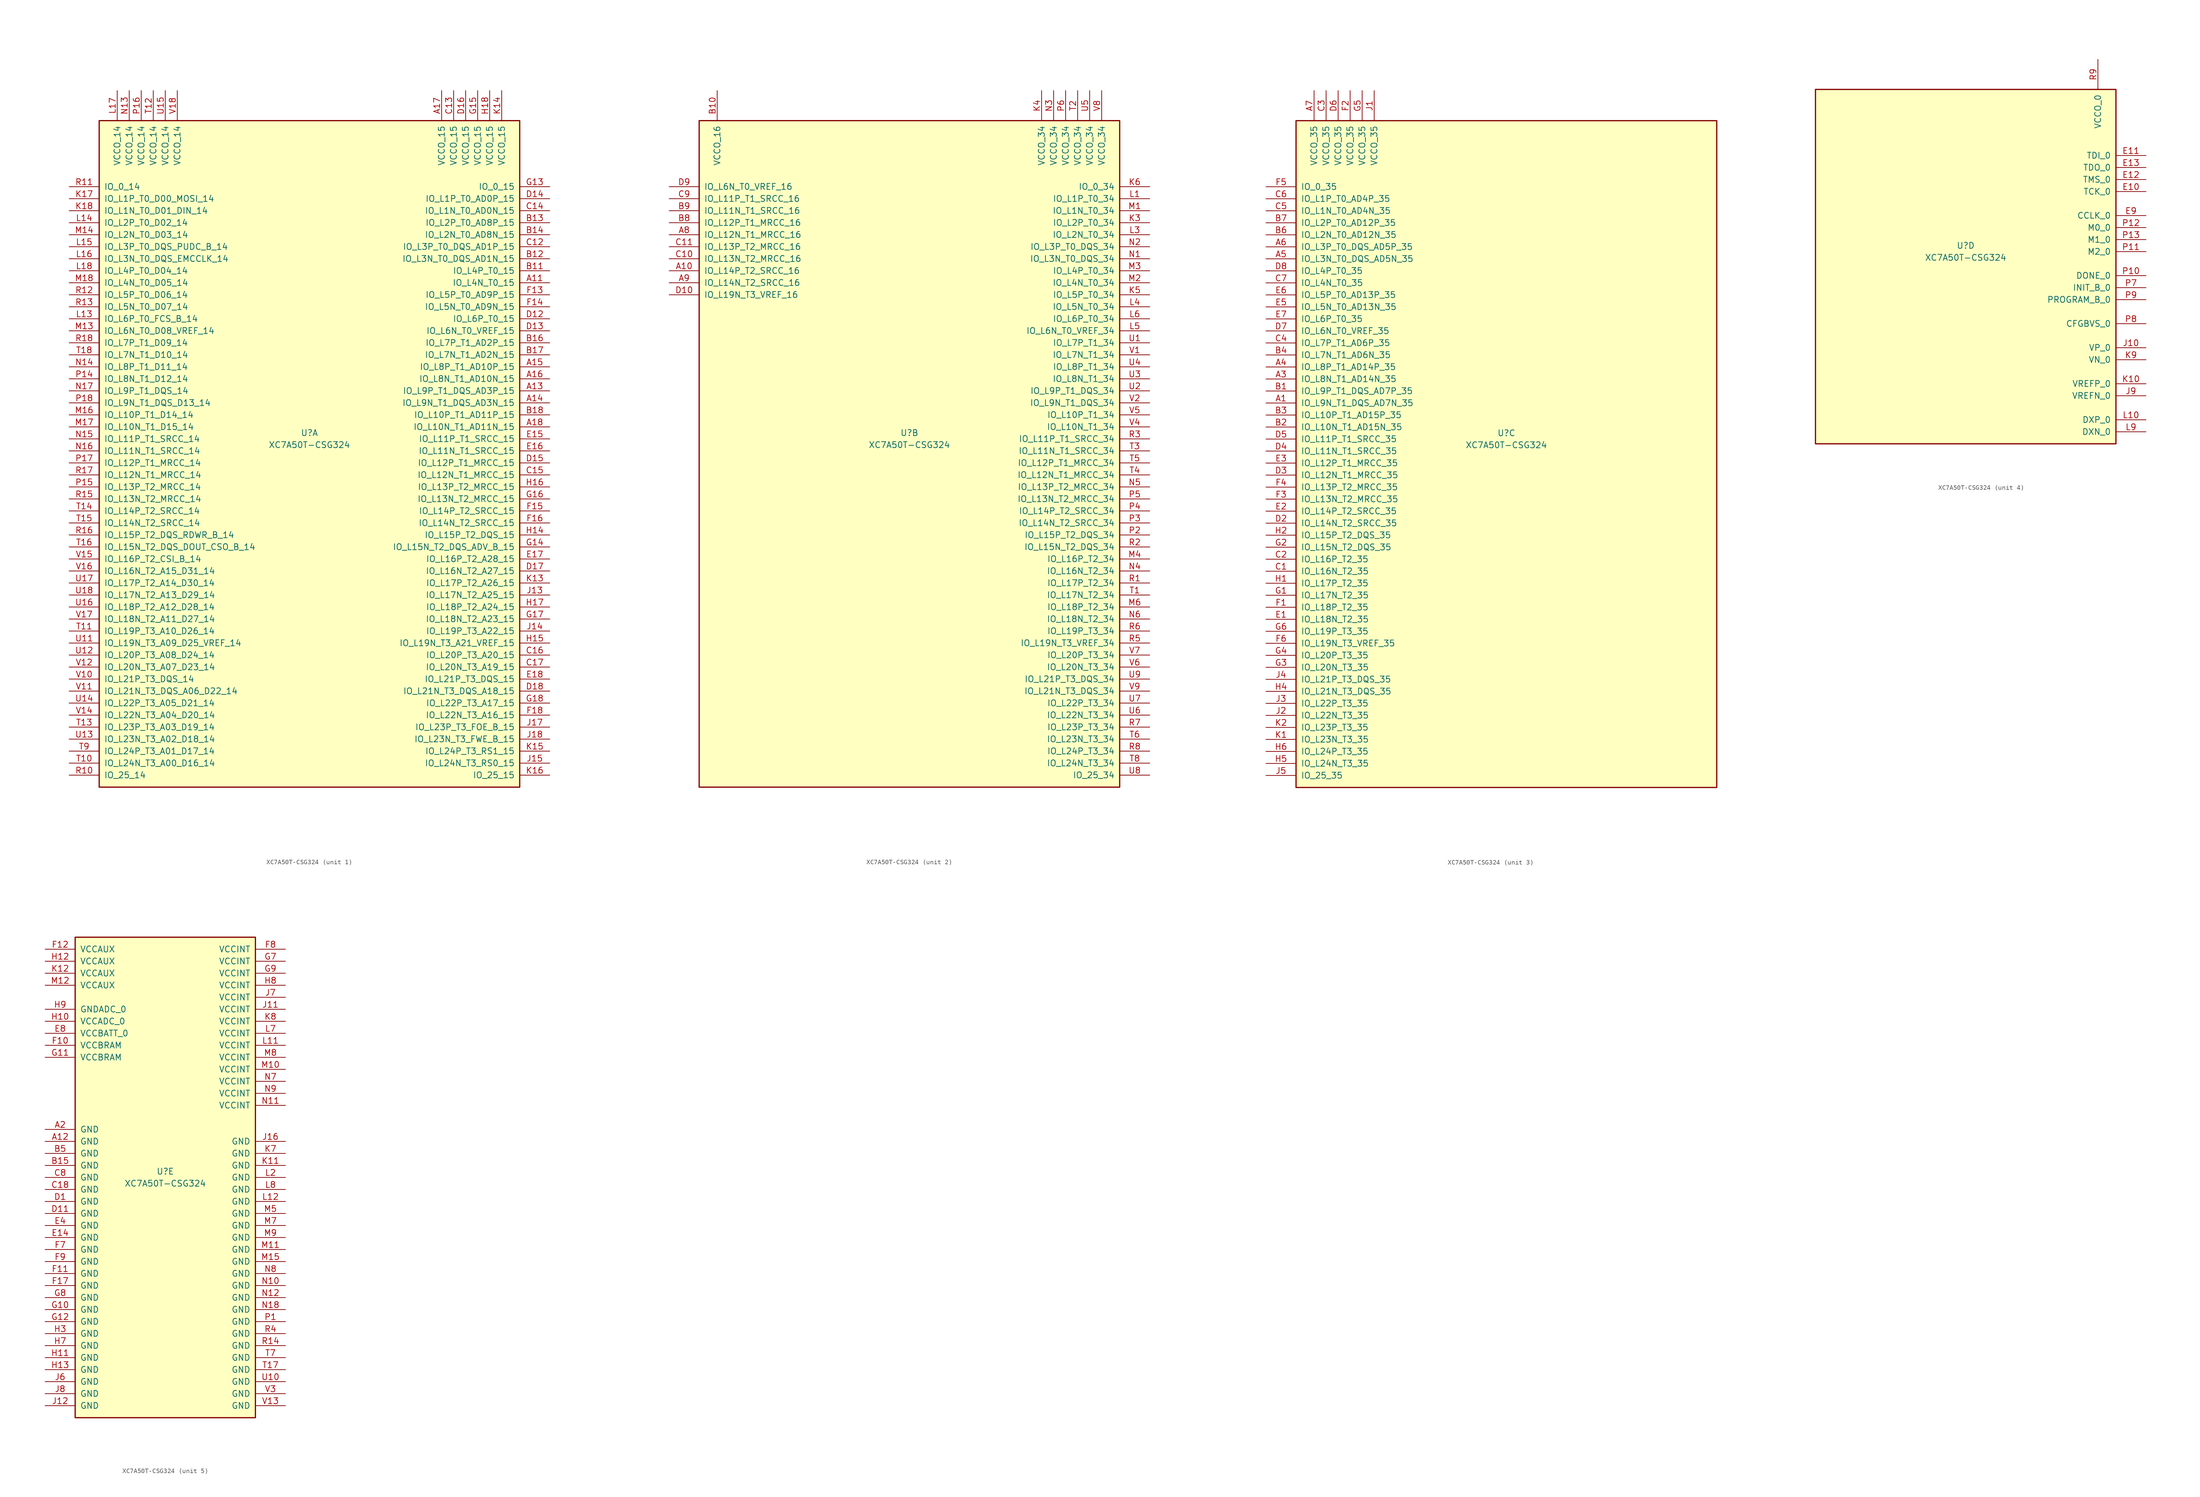
<source format=kicad_sym>
(kicad_symbol_lib
  (version 20201005)
  (generator kicad_symbol_editor)
  (symbol "FPGA_Xilinx_Artix7:XC7A50T-CSG324"
    (pin_names
      (offset 1.016))
    (property "Reference" "U"
      (at 0 1.27 0)
      (effects (font (size 1.27 1.27))))
    (property "Value" "XC7A50T-CSG324"
      (at 0 -1.27 0)
      (effects (font (size 1.27 1.27))))
    (property "Datasheet" ""
      (at 0 0 0)
      (effects (font (size 1.27 1.27))))
    (property "ki_locked" ""
      (at 0 0 0)
      (effects (font (size 1.27 1.27))))
    (symbol "XC7A50T-CSG324_1_1"
      (rectangle (start -44.45 67.31) (end 44.45 -73.66) (stroke (width 0.254)) (fill (type background)))
      (pin power_in line (at -40.64 73.66 270) (length 6.35) (name "VCCO_14" (effects (font (size 1.27 1.27)))) (number "L17" (effects (font (size 1.27 1.27)))))
      (pin power_in line (at -38.1 73.66 270) (length 6.35) (name "VCCO_14" (effects (font (size 1.27 1.27)))) (number "N13" (effects (font (size 1.27 1.27)))))
      (pin power_in line (at -35.56 73.66 270) (length 6.35) (name "VCCO_14" (effects (font (size 1.27 1.27)))) (number "P16" (effects (font (size 1.27 1.27)))))
      (pin power_in line (at -33.02 73.66 270) (length 6.35) (name "VCCO_14" (effects (font (size 1.27 1.27)))) (number "T12" (effects (font (size 1.27 1.27)))))
      (pin power_in line (at -30.48 73.66 270) (length 6.35) (name "VCCO_14" (effects (font (size 1.27 1.27)))) (number "U15" (effects (font (size 1.27 1.27)))))
      (pin power_in line (at -27.94 73.66 270) (length 6.35) (name "VCCO_14" (effects (font (size 1.27 1.27)))) (number "V18" (effects (font (size 1.27 1.27)))))
      (pin bidirectional line (at -50.8 53.34 0) (length 6.35) (name "IO_0_14" (effects (font (size 1.27 1.27)))) (number "R11" (effects (font (size 1.27 1.27)))))
      (pin bidirectional line (at -50.8 50.8 0) (length 6.35) (name "IO_L1P_T0_D00_MOSI_14" (effects (font (size 1.27 1.27)))) (number "K17" (effects (font (size 1.27 1.27)))))
      (pin bidirectional line (at -50.8 48.26 0) (length 6.35) (name "IO_L1N_T0_D01_DIN_14" (effects (font (size 1.27 1.27)))) (number "K18" (effects (font (size 1.27 1.27)))))
      (pin bidirectional line (at -50.8 45.72 0) (length 6.35) (name "IO_L2P_T0_D02_14" (effects (font (size 1.27 1.27)))) (number "L14" (effects (font (size 1.27 1.27)))))
      (pin bidirectional line (at -50.8 43.18 0) (length 6.35) (name "IO_L2N_T0_D03_14" (effects (font (size 1.27 1.27)))) (number "M14" (effects (font (size 1.27 1.27)))))
      (pin bidirectional line (at -50.8 40.64 0) (length 6.35) (name "IO_L3P_T0_DQS_PUDC_B_14" (effects (font (size 1.27 1.27)))) (number "L15" (effects (font (size 1.27 1.27)))))
      (pin bidirectional line (at -50.8 38.1 0) (length 6.35) (name "IO_L3N_T0_DQS_EMCCLK_14" (effects (font (size 1.27 1.27)))) (number "L16" (effects (font (size 1.27 1.27)))))
      (pin bidirectional line (at -50.8 35.56 0) (length 6.35) (name "IO_L4P_T0_D04_14" (effects (font (size 1.27 1.27)))) (number "L18" (effects (font (size 1.27 1.27)))))
      (pin bidirectional line (at -50.8 33.02 0) (length 6.35) (name "IO_L4N_T0_D05_14" (effects (font (size 1.27 1.27)))) (number "M18" (effects (font (size 1.27 1.27)))))
      (pin bidirectional line (at -50.8 30.48 0) (length 6.35) (name "IO_L5P_T0_D06_14" (effects (font (size 1.27 1.27)))) (number "R12" (effects (font (size 1.27 1.27)))))
      (pin bidirectional line (at -50.8 27.94 0) (length 6.35) (name "IO_L5N_T0_D07_14" (effects (font (size 1.27 1.27)))) (number "R13" (effects (font (size 1.27 1.27)))))
      (pin bidirectional line (at -50.8 25.4 0) (length 6.35) (name "IO_L6P_T0_FCS_B_14" (effects (font (size 1.27 1.27)))) (number "L13" (effects (font (size 1.27 1.27)))))
      (pin bidirectional line (at -50.8 22.86 0) (length 6.35) (name "IO_L6N_T0_D08_VREF_14" (effects (font (size 1.27 1.27)))) (number "M13" (effects (font (size 1.27 1.27)))))
      (pin bidirectional line (at -50.8 20.32 0) (length 6.35) (name "IO_L7P_T1_D09_14" (effects (font (size 1.27 1.27)))) (number "R18" (effects (font (size 1.27 1.27)))))
      (pin bidirectional line (at -50.8 17.78 0) (length 6.35) (name "IO_L7N_T1_D10_14" (effects (font (size 1.27 1.27)))) (number "T18" (effects (font (size 1.27 1.27)))))
      (pin bidirectional line (at -50.8 15.24 0) (length 6.35) (name "IO_L8P_T1_D11_14" (effects (font (size 1.27 1.27)))) (number "N14" (effects (font (size 1.27 1.27)))))
      (pin bidirectional line (at -50.8 12.7 0) (length 6.35) (name "IO_L8N_T1_D12_14" (effects (font (size 1.27 1.27)))) (number "P14" (effects (font (size 1.27 1.27)))))
      (pin bidirectional line (at -50.8 10.16 0) (length 6.35) (name "IO_L9P_T1_DQS_14" (effects (font (size 1.27 1.27)))) (number "N17" (effects (font (size 1.27 1.27)))))
      (pin bidirectional line (at -50.8 7.62 0) (length 6.35) (name "IO_L9N_T1_DQS_D13_14" (effects (font (size 1.27 1.27)))) (number "P18" (effects (font (size 1.27 1.27)))))
      (pin bidirectional line (at -50.8 5.08 0) (length 6.35) (name "IO_L10P_T1_D14_14" (effects (font (size 1.27 1.27)))) (number "M16" (effects (font (size 1.27 1.27)))))
      (pin bidirectional line (at -50.8 2.54 0) (length 6.35) (name "IO_L10N_T1_D15_14" (effects (font (size 1.27 1.27)))) (number "M17" (effects (font (size 1.27 1.27)))))
      (pin bidirectional line (at -50.8 0 0) (length 6.35) (name "IO_L11P_T1_SRCC_14" (effects (font (size 1.27 1.27)))) (number "N15" (effects (font (size 1.27 1.27)))))
      (pin bidirectional line (at -50.8 -2.54 0) (length 6.35) (name "IO_L11N_T1_SRCC_14" (effects (font (size 1.27 1.27)))) (number "N16" (effects (font (size 1.27 1.27)))))
      (pin bidirectional line (at -50.8 -5.08 0) (length 6.35) (name "IO_L12P_T1_MRCC_14" (effects (font (size 1.27 1.27)))) (number "P17" (effects (font (size 1.27 1.27)))))
      (pin bidirectional line (at -50.8 -7.62 0) (length 6.35) (name "IO_L12N_T1_MRCC_14" (effects (font (size 1.27 1.27)))) (number "R17" (effects (font (size 1.27 1.27)))))
      (pin bidirectional line (at -50.8 -10.16 0) (length 6.35) (name "IO_L13P_T2_MRCC_14" (effects (font (size 1.27 1.27)))) (number "P15" (effects (font (size 1.27 1.27)))))
      (pin bidirectional line (at -50.8 -12.7 0) (length 6.35) (name "IO_L13N_T2_MRCC_14" (effects (font (size 1.27 1.27)))) (number "R15" (effects (font (size 1.27 1.27)))))
      (pin bidirectional line (at -50.8 -15.24 0) (length 6.35) (name "IO_L14P_T2_SRCC_14" (effects (font (size 1.27 1.27)))) (number "T14" (effects (font (size 1.27 1.27)))))
      (pin bidirectional line (at -50.8 -17.78 0) (length 6.35) (name "IO_L14N_T2_SRCC_14" (effects (font (size 1.27 1.27)))) (number "T15" (effects (font (size 1.27 1.27)))))
      (pin bidirectional line (at -50.8 -20.32 0) (length 6.35) (name "IO_L15P_T2_DQS_RDWR_B_14" (effects (font (size 1.27 1.27)))) (number "R16" (effects (font (size 1.27 1.27)))))
      (pin bidirectional line (at -50.8 -22.86 0) (length 6.35) (name "IO_L15N_T2_DQS_DOUT_CSO_B_14" (effects (font (size 1.27 1.27)))) (number "T16" (effects (font (size 1.27 1.27)))))
      (pin bidirectional line (at -50.8 -25.4 0) (length 6.35) (name "IO_L16P_T2_CSI_B_14" (effects (font (size 1.27 1.27)))) (number "V15" (effects (font (size 1.27 1.27)))))
      (pin bidirectional line (at -50.8 -27.94 0) (length 6.35) (name "IO_L16N_T2_A15_D31_14" (effects (font (size 1.27 1.27)))) (number "V16" (effects (font (size 1.27 1.27)))))
      (pin bidirectional line (at -50.8 -30.48 0) (length 6.35) (name "IO_L17P_T2_A14_D30_14" (effects (font (size 1.27 1.27)))) (number "U17" (effects (font (size 1.27 1.27)))))
      (pin bidirectional line (at -50.8 -33.02 0) (length 6.35) (name "IO_L17N_T2_A13_D29_14" (effects (font (size 1.27 1.27)))) (number "U18" (effects (font (size 1.27 1.27)))))
      (pin bidirectional line (at -50.8 -35.56 0) (length 6.35) (name "IO_L18P_T2_A12_D28_14" (effects (font (size 1.27 1.27)))) (number "U16" (effects (font (size 1.27 1.27)))))
      (pin bidirectional line (at -50.8 -38.1 0) (length 6.35) (name "IO_L18N_T2_A11_D27_14" (effects (font (size 1.27 1.27)))) (number "V17" (effects (font (size 1.27 1.27)))))
      (pin bidirectional line (at -50.8 -40.64 0) (length 6.35) (name "IO_L19P_T3_A10_D26_14" (effects (font (size 1.27 1.27)))) (number "T11" (effects (font (size 1.27 1.27)))))
      (pin bidirectional line (at -50.8 -43.18 0) (length 6.35) (name "IO_L19N_T3_A09_D25_VREF_14" (effects (font (size 1.27 1.27)))) (number "U11" (effects (font (size 1.27 1.27)))))
      (pin bidirectional line (at -50.8 -45.72 0) (length 6.35) (name "IO_L20P_T3_A08_D24_14" (effects (font (size 1.27 1.27)))) (number "U12" (effects (font (size 1.27 1.27)))))
      (pin bidirectional line (at -50.8 -48.26 0) (length 6.35) (name "IO_L20N_T3_A07_D23_14" (effects (font (size 1.27 1.27)))) (number "V12" (effects (font (size 1.27 1.27)))))
      (pin bidirectional line (at -50.8 -50.8 0) (length 6.35) (name "IO_L21P_T3_DQS_14" (effects (font (size 1.27 1.27)))) (number "V10" (effects (font (size 1.27 1.27)))))
      (pin bidirectional line (at -50.8 -53.34 0) (length 6.35) (name "IO_L21N_T3_DQS_A06_D22_14" (effects (font (size 1.27 1.27)))) (number "V11" (effects (font (size 1.27 1.27)))))
      (pin bidirectional line (at -50.8 -55.88 0) (length 6.35) (name "IO_L22P_T3_A05_D21_14" (effects (font (size 1.27 1.27)))) (number "U14" (effects (font (size 1.27 1.27)))))
      (pin bidirectional line (at -50.8 -58.42 0) (length 6.35) (name "IO_L22N_T3_A04_D20_14" (effects (font (size 1.27 1.27)))) (number "V14" (effects (font (size 1.27 1.27)))))
      (pin bidirectional line (at -50.8 -60.96 0) (length 6.35) (name "IO_L23P_T3_A03_D19_14" (effects (font (size 1.27 1.27)))) (number "T13" (effects (font (size 1.27 1.27)))))
      (pin bidirectional line (at -50.8 -63.5 0) (length 6.35) (name "IO_L23N_T3_A02_D18_14" (effects (font (size 1.27 1.27)))) (number "U13" (effects (font (size 1.27 1.27)))))
      (pin bidirectional line (at -50.8 -66.04 0) (length 6.35) (name "IO_L24P_T3_A01_D17_14" (effects (font (size 1.27 1.27)))) (number "T9" (effects (font (size 1.27 1.27)))))
      (pin bidirectional line (at -50.8 -68.58 0) (length 6.35) (name "IO_L24N_T3_A00_D16_14" (effects (font (size 1.27 1.27)))) (number "T10" (effects (font (size 1.27 1.27)))))
      (pin bidirectional line (at -50.8 -71.12 0) (length 6.35) (name "IO_25_14" (effects (font (size 1.27 1.27)))) (number "R10" (effects (font (size 1.27 1.27)))))
      (pin power_in line (at 27.94 73.66 270) (length 6.35) (name "VCCO_15" (effects (font (size 1.27 1.27)))) (number "A17" (effects (font (size 1.27 1.27)))))
      (pin power_in line (at 30.48 73.66 270) (length 6.35) (name "VCCO_15" (effects (font (size 1.27 1.27)))) (number "C13" (effects (font (size 1.27 1.27)))))
      (pin power_in line (at 33.02 73.66 270) (length 6.35) (name "VCCO_15" (effects (font (size 1.27 1.27)))) (number "D16" (effects (font (size 1.27 1.27)))))
      (pin power_in line (at 35.56 73.66 270) (length 6.35) (name "VCCO_15" (effects (font (size 1.27 1.27)))) (number "G15" (effects (font (size 1.27 1.27)))))
      (pin power_in line (at 38.1 73.66 270) (length 6.35) (name "VCCO_15" (effects (font (size 1.27 1.27)))) (number "H18" (effects (font (size 1.27 1.27)))))
      (pin power_in line (at 40.64 73.66 270) (length 6.35) (name "VCCO_15" (effects (font (size 1.27 1.27)))) (number "K14" (effects (font (size 1.27 1.27)))))
      (pin bidirectional line (at 50.8 53.34 180) (length 6.35) (name "IO_0_15" (effects (font (size 1.27 1.27)))) (number "G13" (effects (font (size 1.27 1.27)))))
      (pin bidirectional line (at 50.8 50.8 180) (length 6.35) (name "IO_L1P_T0_AD0P_15" (effects (font (size 1.27 1.27)))) (number "D14" (effects (font (size 1.27 1.27)))))
      (pin bidirectional line (at 50.8 48.26 180) (length 6.35) (name "IO_L1N_T0_AD0N_15" (effects (font (size 1.27 1.27)))) (number "C14" (effects (font (size 1.27 1.27)))))
      (pin bidirectional line (at 50.8 45.72 180) (length 6.35) (name "IO_L2P_T0_AD8P_15" (effects (font (size 1.27 1.27)))) (number "B13" (effects (font (size 1.27 1.27)))))
      (pin bidirectional line (at 50.8 43.18 180) (length 6.35) (name "IO_L2N_T0_AD8N_15" (effects (font (size 1.27 1.27)))) (number "B14" (effects (font (size 1.27 1.27)))))
      (pin bidirectional line (at 50.8 40.64 180) (length 6.35) (name "IO_L3P_T0_DQS_AD1P_15" (effects (font (size 1.27 1.27)))) (number "C12" (effects (font (size 1.27 1.27)))))
      (pin bidirectional line (at 50.8 38.1 180) (length 6.35) (name "IO_L3N_T0_DQS_AD1N_15" (effects (font (size 1.27 1.27)))) (number "B12" (effects (font (size 1.27 1.27)))))
      (pin bidirectional line (at 50.8 35.56 180) (length 6.35) (name "IO_L4P_T0_15" (effects (font (size 1.27 1.27)))) (number "B11" (effects (font (size 1.27 1.27)))))
      (pin bidirectional line (at 50.8 33.02 180) (length 6.35) (name "IO_L4N_T0_15" (effects (font (size 1.27 1.27)))) (number "A11" (effects (font (size 1.27 1.27)))))
      (pin bidirectional line (at 50.8 30.48 180) (length 6.35) (name "IO_L5P_T0_AD9P_15" (effects (font (size 1.27 1.27)))) (number "F13" (effects (font (size 1.27 1.27)))))
      (pin bidirectional line (at 50.8 27.94 180) (length 6.35) (name "IO_L5N_T0_AD9N_15" (effects (font (size 1.27 1.27)))) (number "F14" (effects (font (size 1.27 1.27)))))
      (pin bidirectional line (at 50.8 25.4 180) (length 6.35) (name "IO_L6P_T0_15" (effects (font (size 1.27 1.27)))) (number "D12" (effects (font (size 1.27 1.27)))))
      (pin bidirectional line (at 50.8 22.86 180) (length 6.35) (name "IO_L6N_T0_VREF_15" (effects (font (size 1.27 1.27)))) (number "D13" (effects (font (size 1.27 1.27)))))
      (pin bidirectional line (at 50.8 20.32 180) (length 6.35) (name "IO_L7P_T1_AD2P_15" (effects (font (size 1.27 1.27)))) (number "B16" (effects (font (size 1.27 1.27)))))
      (pin bidirectional line (at 50.8 17.78 180) (length 6.35) (name "IO_L7N_T1_AD2N_15" (effects (font (size 1.27 1.27)))) (number "B17" (effects (font (size 1.27 1.27)))))
      (pin bidirectional line (at 50.8 15.24 180) (length 6.35) (name "IO_L8P_T1_AD10P_15" (effects (font (size 1.27 1.27)))) (number "A15" (effects (font (size 1.27 1.27)))))
      (pin bidirectional line (at 50.8 12.7 180) (length 6.35) (name "IO_L8N_T1_AD10N_15" (effects (font (size 1.27 1.27)))) (number "A16" (effects (font (size 1.27 1.27)))))
      (pin bidirectional line (at 50.8 10.16 180) (length 6.35) (name "IO_L9P_T1_DQS_AD3P_15" (effects (font (size 1.27 1.27)))) (number "A13" (effects (font (size 1.27 1.27)))))
      (pin bidirectional line (at 50.8 7.62 180) (length 6.35) (name "IO_L9N_T1_DQS_AD3N_15" (effects (font (size 1.27 1.27)))) (number "A14" (effects (font (size 1.27 1.27)))))
      (pin bidirectional line (at 50.8 5.08 180) (length 6.35) (name "IO_L10P_T1_AD11P_15" (effects (font (size 1.27 1.27)))) (number "B18" (effects (font (size 1.27 1.27)))))
      (pin bidirectional line (at 50.8 2.54 180) (length 6.35) (name "IO_L10N_T1_AD11N_15" (effects (font (size 1.27 1.27)))) (number "A18" (effects (font (size 1.27 1.27)))))
      (pin bidirectional line (at 50.8 0 180) (length 6.35) (name "IO_L11P_T1_SRCC_15" (effects (font (size 1.27 1.27)))) (number "E15" (effects (font (size 1.27 1.27)))))
      (pin bidirectional line (at 50.8 -2.54 180) (length 6.35) (name "IO_L11N_T1_SRCC_15" (effects (font (size 1.27 1.27)))) (number "E16" (effects (font (size 1.27 1.27)))))
      (pin bidirectional line (at 50.8 -5.08 180) (length 6.35) (name "IO_L12P_T1_MRCC_15" (effects (font (size 1.27 1.27)))) (number "D15" (effects (font (size 1.27 1.27)))))
      (pin bidirectional line (at 50.8 -7.62 180) (length 6.35) (name "IO_L12N_T1_MRCC_15" (effects (font (size 1.27 1.27)))) (number "C15" (effects (font (size 1.27 1.27)))))
      (pin bidirectional line (at 50.8 -10.16 180) (length 6.35) (name "IO_L13P_T2_MRCC_15" (effects (font (size 1.27 1.27)))) (number "H16" (effects (font (size 1.27 1.27)))))
      (pin bidirectional line (at 50.8 -12.7 180) (length 6.35) (name "IO_L13N_T2_MRCC_15" (effects (font (size 1.27 1.27)))) (number "G16" (effects (font (size 1.27 1.27)))))
      (pin bidirectional line (at 50.8 -15.24 180) (length 6.35) (name "IO_L14P_T2_SRCC_15" (effects (font (size 1.27 1.27)))) (number "F15" (effects (font (size 1.27 1.27)))))
      (pin bidirectional line (at 50.8 -17.78 180) (length 6.35) (name "IO_L14N_T2_SRCC_15" (effects (font (size 1.27 1.27)))) (number "F16" (effects (font (size 1.27 1.27)))))
      (pin bidirectional line (at 50.8 -20.32 180) (length 6.35) (name "IO_L15P_T2_DQS_15" (effects (font (size 1.27 1.27)))) (number "H14" (effects (font (size 1.27 1.27)))))
      (pin bidirectional line (at 50.8 -22.86 180) (length 6.35) (name "IO_L15N_T2_DQS_ADV_B_15" (effects (font (size 1.27 1.27)))) (number "G14" (effects (font (size 1.27 1.27)))))
      (pin bidirectional line (at 50.8 -25.4 180) (length 6.35) (name "IO_L16P_T2_A28_15" (effects (font (size 1.27 1.27)))) (number "E17" (effects (font (size 1.27 1.27)))))
      (pin bidirectional line (at 50.8 -27.94 180) (length 6.35) (name "IO_L16N_T2_A27_15" (effects (font (size 1.27 1.27)))) (number "D17" (effects (font (size 1.27 1.27)))))
      (pin bidirectional line (at 50.8 -30.48 180) (length 6.35) (name "IO_L17P_T2_A26_15" (effects (font (size 1.27 1.27)))) (number "K13" (effects (font (size 1.27 1.27)))))
      (pin bidirectional line (at 50.8 -33.02 180) (length 6.35) (name "IO_L17N_T2_A25_15" (effects (font (size 1.27 1.27)))) (number "J13" (effects (font (size 1.27 1.27)))))
      (pin bidirectional line (at 50.8 -35.56 180) (length 6.35) (name "IO_L18P_T2_A24_15" (effects (font (size 1.27 1.27)))) (number "H17" (effects (font (size 1.27 1.27)))))
      (pin bidirectional line (at 50.8 -38.1 180) (length 6.35) (name "IO_L18N_T2_A23_15" (effects (font (size 1.27 1.27)))) (number "G17" (effects (font (size 1.27 1.27)))))
      (pin bidirectional line (at 50.8 -40.64 180) (length 6.35) (name "IO_L19P_T3_A22_15" (effects (font (size 1.27 1.27)))) (number "J14" (effects (font (size 1.27 1.27)))))
      (pin bidirectional line (at 50.8 -43.18 180) (length 6.35) (name "IO_L19N_T3_A21_VREF_15" (effects (font (size 1.27 1.27)))) (number "H15" (effects (font (size 1.27 1.27)))))
      (pin bidirectional line (at 50.8 -45.72 180) (length 6.35) (name "IO_L20P_T3_A20_15" (effects (font (size 1.27 1.27)))) (number "C16" (effects (font (size 1.27 1.27)))))
      (pin bidirectional line (at 50.8 -48.26 180) (length 6.35) (name "IO_L20N_T3_A19_15" (effects (font (size 1.27 1.27)))) (number "C17" (effects (font (size 1.27 1.27)))))
      (pin bidirectional line (at 50.8 -50.8 180) (length 6.35) (name "IO_L21P_T3_DQS_15" (effects (font (size 1.27 1.27)))) (number "E18" (effects (font (size 1.27 1.27)))))
      (pin bidirectional line (at 50.8 -53.34 180) (length 6.35) (name "IO_L21N_T3_DQS_A18_15" (effects (font (size 1.27 1.27)))) (number "D18" (effects (font (size 1.27 1.27)))))
      (pin bidirectional line (at 50.8 -55.88 180) (length 6.35) (name "IO_L22P_T3_A17_15" (effects (font (size 1.27 1.27)))) (number "G18" (effects (font (size 1.27 1.27)))))
      (pin bidirectional line (at 50.8 -58.42 180) (length 6.35) (name "IO_L22N_T3_A16_15" (effects (font (size 1.27 1.27)))) (number "F18" (effects (font (size 1.27 1.27)))))
      (pin bidirectional line (at 50.8 -60.96 180) (length 6.35) (name "IO_L23P_T3_FOE_B_15" (effects (font (size 1.27 1.27)))) (number "J17" (effects (font (size 1.27 1.27)))))
      (pin bidirectional line (at 50.8 -63.5 180) (length 6.35) (name "IO_L23N_T3_FWE_B_15" (effects (font (size 1.27 1.27)))) (number "J18" (effects (font (size 1.27 1.27)))))
      (pin bidirectional line (at 50.8 -66.04 180) (length 6.35) (name "IO_L24P_T3_RS1_15" (effects (font (size 1.27 1.27)))) (number "K15" (effects (font (size 1.27 1.27)))))
      (pin bidirectional line (at 50.8 -68.58 180) (length 6.35) (name "IO_L24N_T3_RS0_15" (effects (font (size 1.27 1.27)))) (number "J15" (effects (font (size 1.27 1.27)))))
      (pin bidirectional line (at 50.8 -71.12 180) (length 6.35) (name "IO_25_15" (effects (font (size 1.27 1.27)))) (number "K16" (effects (font (size 1.27 1.27))))))
    (symbol "XC7A50T-CSG324_2_1"
      (rectangle (start -44.45 67.31) (end 44.45 -73.66) (stroke (width 0.254)) (fill (type background)))
      (pin power_in line (at -40.64 73.66 270) (length 6.35) (name "VCCO_16" (effects (font (size 1.27 1.27)))) (number "B10" (effects (font (size 1.27 1.27)))))
      (pin bidirectional line (at -50.8 53.34 0) (length 6.35) (name "IO_L6N_T0_VREF_16" (effects (font (size 1.27 1.27)))) (number "D9" (effects (font (size 1.27 1.27)))))
      (pin bidirectional line (at -50.8 50.8 0) (length 6.35) (name "IO_L11P_T1_SRCC_16" (effects (font (size 1.27 1.27)))) (number "C9" (effects (font (size 1.27 1.27)))))
      (pin bidirectional line (at -50.8 48.26 0) (length 6.35) (name "IO_L11N_T1_SRCC_16" (effects (font (size 1.27 1.27)))) (number "B9" (effects (font (size 1.27 1.27)))))
      (pin bidirectional line (at -50.8 45.72 0) (length 6.35) (name "IO_L12P_T1_MRCC_16" (effects (font (size 1.27 1.27)))) (number "B8" (effects (font (size 1.27 1.27)))))
      (pin bidirectional line (at -50.8 43.18 0) (length 6.35) (name "IO_L12N_T1_MRCC_16" (effects (font (size 1.27 1.27)))) (number "A8" (effects (font (size 1.27 1.27)))))
      (pin bidirectional line (at -50.8 40.64 0) (length 6.35) (name "IO_L13P_T2_MRCC_16" (effects (font (size 1.27 1.27)))) (number "C11" (effects (font (size 1.27 1.27)))))
      (pin bidirectional line (at -50.8 38.1 0) (length 6.35) (name "IO_L13N_T2_MRCC_16" (effects (font (size 1.27 1.27)))) (number "C10" (effects (font (size 1.27 1.27)))))
      (pin bidirectional line (at -50.8 35.56 0) (length 6.35) (name "IO_L14P_T2_SRCC_16" (effects (font (size 1.27 1.27)))) (number "A10" (effects (font (size 1.27 1.27)))))
      (pin bidirectional line (at -50.8 33.02 0) (length 6.35) (name "IO_L14N_T2_SRCC_16" (effects (font (size 1.27 1.27)))) (number "A9" (effects (font (size 1.27 1.27)))))
      (pin bidirectional line (at -50.8 30.48 0) (length 6.35) (name "IO_L19N_T3_VREF_16" (effects (font (size 1.27 1.27)))) (number "D10" (effects (font (size 1.27 1.27)))))
      (pin power_in line (at 27.94 73.66 270) (length 6.35) (name "VCCO_34" (effects (font (size 1.27 1.27)))) (number "K4" (effects (font (size 1.27 1.27)))))
      (pin power_in line (at 30.48 73.66 270) (length 6.35) (name "VCCO_34" (effects (font (size 1.27 1.27)))) (number "N3" (effects (font (size 1.27 1.27)))))
      (pin power_in line (at 33.02 73.66 270) (length 6.35) (name "VCCO_34" (effects (font (size 1.27 1.27)))) (number "P6" (effects (font (size 1.27 1.27)))))
      (pin power_in line (at 35.56 73.66 270) (length 6.35) (name "VCCO_34" (effects (font (size 1.27 1.27)))) (number "T2" (effects (font (size 1.27 1.27)))))
      (pin power_in line (at 38.1 73.66 270) (length 6.35) (name "VCCO_34" (effects (font (size 1.27 1.27)))) (number "U5" (effects (font (size 1.27 1.27)))))
      (pin power_in line (at 40.64 73.66 270) (length 6.35) (name "VCCO_34" (effects (font (size 1.27 1.27)))) (number "V8" (effects (font (size 1.27 1.27)))))
      (pin bidirectional line (at 50.8 53.34 180) (length 6.35) (name "IO_0_34" (effects (font (size 1.27 1.27)))) (number "K6" (effects (font (size 1.27 1.27)))))
      (pin bidirectional line (at 50.8 50.8 180) (length 6.35) (name "IO_L1P_T0_34" (effects (font (size 1.27 1.27)))) (number "L1" (effects (font (size 1.27 1.27)))))
      (pin bidirectional line (at 50.8 48.26 180) (length 6.35) (name "IO_L1N_T0_34" (effects (font (size 1.27 1.27)))) (number "M1" (effects (font (size 1.27 1.27)))))
      (pin bidirectional line (at 50.8 45.72 180) (length 6.35) (name "IO_L2P_T0_34" (effects (font (size 1.27 1.27)))) (number "K3" (effects (font (size 1.27 1.27)))))
      (pin bidirectional line (at 50.8 43.18 180) (length 6.35) (name "IO_L2N_T0_34" (effects (font (size 1.27 1.27)))) (number "L3" (effects (font (size 1.27 1.27)))))
      (pin bidirectional line (at 50.8 40.64 180) (length 6.35) (name "IO_L3P_T0_DQS_34" (effects (font (size 1.27 1.27)))) (number "N2" (effects (font (size 1.27 1.27)))))
      (pin bidirectional line (at 50.8 38.1 180) (length 6.35) (name "IO_L3N_T0_DQS_34" (effects (font (size 1.27 1.27)))) (number "N1" (effects (font (size 1.27 1.27)))))
      (pin bidirectional line (at 50.8 35.56 180) (length 6.35) (name "IO_L4P_T0_34" (effects (font (size 1.27 1.27)))) (number "M3" (effects (font (size 1.27 1.27)))))
      (pin bidirectional line (at 50.8 33.02 180) (length 6.35) (name "IO_L4N_T0_34" (effects (font (size 1.27 1.27)))) (number "M2" (effects (font (size 1.27 1.27)))))
      (pin bidirectional line (at 50.8 30.48 180) (length 6.35) (name "IO_L5P_T0_34" (effects (font (size 1.27 1.27)))) (number "K5" (effects (font (size 1.27 1.27)))))
      (pin bidirectional line (at 50.8 27.94 180) (length 6.35) (name "IO_L5N_T0_34" (effects (font (size 1.27 1.27)))) (number "L4" (effects (font (size 1.27 1.27)))))
      (pin bidirectional line (at 50.8 25.4 180) (length 6.35) (name "IO_L6P_T0_34" (effects (font (size 1.27 1.27)))) (number "L6" (effects (font (size 1.27 1.27)))))
      (pin bidirectional line (at 50.8 22.86 180) (length 6.35) (name "IO_L6N_T0_VREF_34" (effects (font (size 1.27 1.27)))) (number "L5" (effects (font (size 1.27 1.27)))))
      (pin bidirectional line (at 50.8 20.32 180) (length 6.35) (name "IO_L7P_T1_34" (effects (font (size 1.27 1.27)))) (number "U1" (effects (font (size 1.27 1.27)))))
      (pin bidirectional line (at 50.8 17.78 180) (length 6.35) (name "IO_L7N_T1_34" (effects (font (size 1.27 1.27)))) (number "V1" (effects (font (size 1.27 1.27)))))
      (pin bidirectional line (at 50.8 15.24 180) (length 6.35) (name "IO_L8P_T1_34" (effects (font (size 1.27 1.27)))) (number "U4" (effects (font (size 1.27 1.27)))))
      (pin bidirectional line (at 50.8 12.7 180) (length 6.35) (name "IO_L8N_T1_34" (effects (font (size 1.27 1.27)))) (number "U3" (effects (font (size 1.27 1.27)))))
      (pin bidirectional line (at 50.8 10.16 180) (length 6.35) (name "IO_L9P_T1_DQS_34" (effects (font (size 1.27 1.27)))) (number "U2" (effects (font (size 1.27 1.27)))))
      (pin bidirectional line (at 50.8 7.62 180) (length 6.35) (name "IO_L9N_T1_DQS_34" (effects (font (size 1.27 1.27)))) (number "V2" (effects (font (size 1.27 1.27)))))
      (pin bidirectional line (at 50.8 5.08 180) (length 6.35) (name "IO_L10P_T1_34" (effects (font (size 1.27 1.27)))) (number "V5" (effects (font (size 1.27 1.27)))))
      (pin bidirectional line (at 50.8 2.54 180) (length 6.35) (name "IO_L10N_T1_34" (effects (font (size 1.27 1.27)))) (number "V4" (effects (font (size 1.27 1.27)))))
      (pin bidirectional line (at 50.8 0 180) (length 6.35) (name "IO_L11P_T1_SRCC_34" (effects (font (size 1.27 1.27)))) (number "R3" (effects (font (size 1.27 1.27)))))
      (pin bidirectional line (at 50.8 -2.54 180) (length 6.35) (name "IO_L11N_T1_SRCC_34" (effects (font (size 1.27 1.27)))) (number "T3" (effects (font (size 1.27 1.27)))))
      (pin bidirectional line (at 50.8 -5.08 180) (length 6.35) (name "IO_L12P_T1_MRCC_34" (effects (font (size 1.27 1.27)))) (number "T5" (effects (font (size 1.27 1.27)))))
      (pin bidirectional line (at 50.8 -7.62 180) (length 6.35) (name "IO_L12N_T1_MRCC_34" (effects (font (size 1.27 1.27)))) (number "T4" (effects (font (size 1.27 1.27)))))
      (pin bidirectional line (at 50.8 -10.16 180) (length 6.35) (name "IO_L13P_T2_MRCC_34" (effects (font (size 1.27 1.27)))) (number "N5" (effects (font (size 1.27 1.27)))))
      (pin bidirectional line (at 50.8 -12.7 180) (length 6.35) (name "IO_L13N_T2_MRCC_34" (effects (font (size 1.27 1.27)))) (number "P5" (effects (font (size 1.27 1.27)))))
      (pin bidirectional line (at 50.8 -15.24 180) (length 6.35) (name "IO_L14P_T2_SRCC_34" (effects (font (size 1.27 1.27)))) (number "P4" (effects (font (size 1.27 1.27)))))
      (pin bidirectional line (at 50.8 -17.78 180) (length 6.35) (name "IO_L14N_T2_SRCC_34" (effects (font (size 1.27 1.27)))) (number "P3" (effects (font (size 1.27 1.27)))))
      (pin bidirectional line (at 50.8 -20.32 180) (length 6.35) (name "IO_L15P_T2_DQS_34" (effects (font (size 1.27 1.27)))) (number "P2" (effects (font (size 1.27 1.27)))))
      (pin bidirectional line (at 50.8 -22.86 180) (length 6.35) (name "IO_L15N_T2_DQS_34" (effects (font (size 1.27 1.27)))) (number "R2" (effects (font (size 1.27 1.27)))))
      (pin bidirectional line (at 50.8 -25.4 180) (length 6.35) (name "IO_L16P_T2_34" (effects (font (size 1.27 1.27)))) (number "M4" (effects (font (size 1.27 1.27)))))
      (pin bidirectional line (at 50.8 -27.94 180) (length 6.35) (name "IO_L16N_T2_34" (effects (font (size 1.27 1.27)))) (number "N4" (effects (font (size 1.27 1.27)))))
      (pin bidirectional line (at 50.8 -30.48 180) (length 6.35) (name "IO_L17P_T2_34" (effects (font (size 1.27 1.27)))) (number "R1" (effects (font (size 1.27 1.27)))))
      (pin bidirectional line (at 50.8 -33.02 180) (length 6.35) (name "IO_L17N_T2_34" (effects (font (size 1.27 1.27)))) (number "T1" (effects (font (size 1.27 1.27)))))
      (pin bidirectional line (at 50.8 -35.56 180) (length 6.35) (name "IO_L18P_T2_34" (effects (font (size 1.27 1.27)))) (number "M6" (effects (font (size 1.27 1.27)))))
      (pin bidirectional line (at 50.8 -38.1 180) (length 6.35) (name "IO_L18N_T2_34" (effects (font (size 1.27 1.27)))) (number "N6" (effects (font (size 1.27 1.27)))))
      (pin bidirectional line (at 50.8 -40.64 180) (length 6.35) (name "IO_L19P_T3_34" (effects (font (size 1.27 1.27)))) (number "R6" (effects (font (size 1.27 1.27)))))
      (pin bidirectional line (at 50.8 -43.18 180) (length 6.35) (name "IO_L19N_T3_VREF_34" (effects (font (size 1.27 1.27)))) (number "R5" (effects (font (size 1.27 1.27)))))
      (pin bidirectional line (at 50.8 -45.72 180) (length 6.35) (name "IO_L20P_T3_34" (effects (font (size 1.27 1.27)))) (number "V7" (effects (font (size 1.27 1.27)))))
      (pin bidirectional line (at 50.8 -48.26 180) (length 6.35) (name "IO_L20N_T3_34" (effects (font (size 1.27 1.27)))) (number "V6" (effects (font (size 1.27 1.27)))))
      (pin bidirectional line (at 50.8 -50.8 180) (length 6.35) (name "IO_L21P_T3_DQS_34" (effects (font (size 1.27 1.27)))) (number "U9" (effects (font (size 1.27 1.27)))))
      (pin bidirectional line (at 50.8 -53.34 180) (length 6.35) (name "IO_L21N_T3_DQS_34" (effects (font (size 1.27 1.27)))) (number "V9" (effects (font (size 1.27 1.27)))))
      (pin bidirectional line (at 50.8 -55.88 180) (length 6.35) (name "IO_L22P_T3_34" (effects (font (size 1.27 1.27)))) (number "U7" (effects (font (size 1.27 1.27)))))
      (pin bidirectional line (at 50.8 -58.42 180) (length 6.35) (name "IO_L22N_T3_34" (effects (font (size 1.27 1.27)))) (number "U6" (effects (font (size 1.27 1.27)))))
      (pin bidirectional line (at 50.8 -60.96 180) (length 6.35) (name "IO_L23P_T3_34" (effects (font (size 1.27 1.27)))) (number "R7" (effects (font (size 1.27 1.27)))))
      (pin bidirectional line (at 50.8 -63.5 180) (length 6.35) (name "IO_L23N_T3_34" (effects (font (size 1.27 1.27)))) (number "T6" (effects (font (size 1.27 1.27)))))
      (pin bidirectional line (at 50.8 -66.04 180) (length 6.35) (name "IO_L24P_T3_34" (effects (font (size 1.27 1.27)))) (number "R8" (effects (font (size 1.27 1.27)))))
      (pin bidirectional line (at 50.8 -68.58 180) (length 6.35) (name "IO_L24N_T3_34" (effects (font (size 1.27 1.27)))) (number "T8" (effects (font (size 1.27 1.27)))))
      (pin bidirectional line (at 50.8 -71.12 180) (length 6.35) (name "IO_25_34" (effects (font (size 1.27 1.27)))) (number "U8" (effects (font (size 1.27 1.27))))))
    (symbol "XC7A50T-CSG324_3_1"
      (rectangle (start -44.45 67.31) (end 44.45 -73.66) (stroke (width 0.254)) (fill (type background)))
      (pin power_in line (at -40.64 73.66 270) (length 6.35) (name "VCCO_35" (effects (font (size 1.27 1.27)))) (number "A7" (effects (font (size 1.27 1.27)))))
      (pin power_in line (at -38.1 73.66 270) (length 6.35) (name "VCCO_35" (effects (font (size 1.27 1.27)))) (number "C3" (effects (font (size 1.27 1.27)))))
      (pin power_in line (at -35.56 73.66 270) (length 6.35) (name "VCCO_35" (effects (font (size 1.27 1.27)))) (number "D6" (effects (font (size 1.27 1.27)))))
      (pin power_in line (at -33.02 73.66 270) (length 6.35) (name "VCCO_35" (effects (font (size 1.27 1.27)))) (number "F2" (effects (font (size 1.27 1.27)))))
      (pin power_in line (at -30.48 73.66 270) (length 6.35) (name "VCCO_35" (effects (font (size 1.27 1.27)))) (number "G5" (effects (font (size 1.27 1.27)))))
      (pin power_in line (at -27.94 73.66 270) (length 6.35) (name "VCCO_35" (effects (font (size 1.27 1.27)))) (number "J1" (effects (font (size 1.27 1.27)))))
      (pin bidirectional line (at -50.8 53.34 0) (length 6.35) (name "IO_0_35" (effects (font (size 1.27 1.27)))) (number "F5" (effects (font (size 1.27 1.27)))))
      (pin bidirectional line (at -50.8 50.8 0) (length 6.35) (name "IO_L1P_T0_AD4P_35" (effects (font (size 1.27 1.27)))) (number "C6" (effects (font (size 1.27 1.27)))))
      (pin bidirectional line (at -50.8 48.26 0) (length 6.35) (name "IO_L1N_T0_AD4N_35" (effects (font (size 1.27 1.27)))) (number "C5" (effects (font (size 1.27 1.27)))))
      (pin bidirectional line (at -50.8 45.72 0) (length 6.35) (name "IO_L2P_T0_AD12P_35" (effects (font (size 1.27 1.27)))) (number "B7" (effects (font (size 1.27 1.27)))))
      (pin bidirectional line (at -50.8 43.18 0) (length 6.35) (name "IO_L2N_T0_AD12N_35" (effects (font (size 1.27 1.27)))) (number "B6" (effects (font (size 1.27 1.27)))))
      (pin bidirectional line (at -50.8 40.64 0) (length 6.35) (name "IO_L3P_T0_DQS_AD5P_35" (effects (font (size 1.27 1.27)))) (number "A6" (effects (font (size 1.27 1.27)))))
      (pin bidirectional line (at -50.8 38.1 0) (length 6.35) (name "IO_L3N_T0_DQS_AD5N_35" (effects (font (size 1.27 1.27)))) (number "A5" (effects (font (size 1.27 1.27)))))
      (pin bidirectional line (at -50.8 35.56 0) (length 6.35) (name "IO_L4P_T0_35" (effects (font (size 1.27 1.27)))) (number "D8" (effects (font (size 1.27 1.27)))))
      (pin bidirectional line (at -50.8 33.02 0) (length 6.35) (name "IO_L4N_T0_35" (effects (font (size 1.27 1.27)))) (number "C7" (effects (font (size 1.27 1.27)))))
      (pin bidirectional line (at -50.8 30.48 0) (length 6.35) (name "IO_L5P_T0_AD13P_35" (effects (font (size 1.27 1.27)))) (number "E6" (effects (font (size 1.27 1.27)))))
      (pin bidirectional line (at -50.8 27.94 0) (length 6.35) (name "IO_L5N_T0_AD13N_35" (effects (font (size 1.27 1.27)))) (number "E5" (effects (font (size 1.27 1.27)))))
      (pin bidirectional line (at -50.8 25.4 0) (length 6.35) (name "IO_L6P_T0_35" (effects (font (size 1.27 1.27)))) (number "E7" (effects (font (size 1.27 1.27)))))
      (pin bidirectional line (at -50.8 22.86 0) (length 6.35) (name "IO_L6N_T0_VREF_35" (effects (font (size 1.27 1.27)))) (number "D7" (effects (font (size 1.27 1.27)))))
      (pin bidirectional line (at -50.8 20.32 0) (length 6.35) (name "IO_L7P_T1_AD6P_35" (effects (font (size 1.27 1.27)))) (number "C4" (effects (font (size 1.27 1.27)))))
      (pin bidirectional line (at -50.8 17.78 0) (length 6.35) (name "IO_L7N_T1_AD6N_35" (effects (font (size 1.27 1.27)))) (number "B4" (effects (font (size 1.27 1.27)))))
      (pin bidirectional line (at -50.8 15.24 0) (length 6.35) (name "IO_L8P_T1_AD14P_35" (effects (font (size 1.27 1.27)))) (number "A4" (effects (font (size 1.27 1.27)))))
      (pin bidirectional line (at -50.8 12.7 0) (length 6.35) (name "IO_L8N_T1_AD14N_35" (effects (font (size 1.27 1.27)))) (number "A3" (effects (font (size 1.27 1.27)))))
      (pin bidirectional line (at -50.8 10.16 0) (length 6.35) (name "IO_L9P_T1_DQS_AD7P_35" (effects (font (size 1.27 1.27)))) (number "B1" (effects (font (size 1.27 1.27)))))
      (pin bidirectional line (at -50.8 7.62 0) (length 6.35) (name "IO_L9N_T1_DQS_AD7N_35" (effects (font (size 1.27 1.27)))) (number "A1" (effects (font (size 1.27 1.27)))))
      (pin bidirectional line (at -50.8 5.08 0) (length 6.35) (name "IO_L10P_T1_AD15P_35" (effects (font (size 1.27 1.27)))) (number "B3" (effects (font (size 1.27 1.27)))))
      (pin bidirectional line (at -50.8 2.54 0) (length 6.35) (name "IO_L10N_T1_AD15N_35" (effects (font (size 1.27 1.27)))) (number "B2" (effects (font (size 1.27 1.27)))))
      (pin bidirectional line (at -50.8 0 0) (length 6.35) (name "IO_L11P_T1_SRCC_35" (effects (font (size 1.27 1.27)))) (number "D5" (effects (font (size 1.27 1.27)))))
      (pin bidirectional line (at -50.8 -2.54 0) (length 6.35) (name "IO_L11N_T1_SRCC_35" (effects (font (size 1.27 1.27)))) (number "D4" (effects (font (size 1.27 1.27)))))
      (pin bidirectional line (at -50.8 -5.08 0) (length 6.35) (name "IO_L12P_T1_MRCC_35" (effects (font (size 1.27 1.27)))) (number "E3" (effects (font (size 1.27 1.27)))))
      (pin bidirectional line (at -50.8 -7.62 0) (length 6.35) (name "IO_L12N_T1_MRCC_35" (effects (font (size 1.27 1.27)))) (number "D3" (effects (font (size 1.27 1.27)))))
      (pin bidirectional line (at -50.8 -10.16 0) (length 6.35) (name "IO_L13P_T2_MRCC_35" (effects (font (size 1.27 1.27)))) (number "F4" (effects (font (size 1.27 1.27)))))
      (pin bidirectional line (at -50.8 -12.7 0) (length 6.35) (name "IO_L13N_T2_MRCC_35" (effects (font (size 1.27 1.27)))) (number "F3" (effects (font (size 1.27 1.27)))))
      (pin bidirectional line (at -50.8 -15.24 0) (length 6.35) (name "IO_L14P_T2_SRCC_35" (effects (font (size 1.27 1.27)))) (number "E2" (effects (font (size 1.27 1.27)))))
      (pin bidirectional line (at -50.8 -17.78 0) (length 6.35) (name "IO_L14N_T2_SRCC_35" (effects (font (size 1.27 1.27)))) (number "D2" (effects (font (size 1.27 1.27)))))
      (pin bidirectional line (at -50.8 -20.32 0) (length 6.35) (name "IO_L15P_T2_DQS_35" (effects (font (size 1.27 1.27)))) (number "H2" (effects (font (size 1.27 1.27)))))
      (pin bidirectional line (at -50.8 -22.86 0) (length 6.35) (name "IO_L15N_T2_DQS_35" (effects (font (size 1.27 1.27)))) (number "G2" (effects (font (size 1.27 1.27)))))
      (pin bidirectional line (at -50.8 -25.4 0) (length 6.35) (name "IO_L16P_T2_35" (effects (font (size 1.27 1.27)))) (number "C2" (effects (font (size 1.27 1.27)))))
      (pin bidirectional line (at -50.8 -27.94 0) (length 6.35) (name "IO_L16N_T2_35" (effects (font (size 1.27 1.27)))) (number "C1" (effects (font (size 1.27 1.27)))))
      (pin bidirectional line (at -50.8 -30.48 0) (length 6.35) (name "IO_L17P_T2_35" (effects (font (size 1.27 1.27)))) (number "H1" (effects (font (size 1.27 1.27)))))
      (pin bidirectional line (at -50.8 -33.02 0) (length 6.35) (name "IO_L17N_T2_35" (effects (font (size 1.27 1.27)))) (number "G1" (effects (font (size 1.27 1.27)))))
      (pin bidirectional line (at -50.8 -35.56 0) (length 6.35) (name "IO_L18P_T2_35" (effects (font (size 1.27 1.27)))) (number "F1" (effects (font (size 1.27 1.27)))))
      (pin bidirectional line (at -50.8 -38.1 0) (length 6.35) (name "IO_L18N_T2_35" (effects (font (size 1.27 1.27)))) (number "E1" (effects (font (size 1.27 1.27)))))
      (pin bidirectional line (at -50.8 -40.64 0) (length 6.35) (name "IO_L19P_T3_35" (effects (font (size 1.27 1.27)))) (number "G6" (effects (font (size 1.27 1.27)))))
      (pin bidirectional line (at -50.8 -43.18 0) (length 6.35) (name "IO_L19N_T3_VREF_35" (effects (font (size 1.27 1.27)))) (number "F6" (effects (font (size 1.27 1.27)))))
      (pin bidirectional line (at -50.8 -45.72 0) (length 6.35) (name "IO_L20P_T3_35" (effects (font (size 1.27 1.27)))) (number "G4" (effects (font (size 1.27 1.27)))))
      (pin bidirectional line (at -50.8 -48.26 0) (length 6.35) (name "IO_L20N_T3_35" (effects (font (size 1.27 1.27)))) (number "G3" (effects (font (size 1.27 1.27)))))
      (pin bidirectional line (at -50.8 -50.8 0) (length 6.35) (name "IO_L21P_T3_DQS_35" (effects (font (size 1.27 1.27)))) (number "J4" (effects (font (size 1.27 1.27)))))
      (pin bidirectional line (at -50.8 -53.34 0) (length 6.35) (name "IO_L21N_T3_DQS_35" (effects (font (size 1.27 1.27)))) (number "H4" (effects (font (size 1.27 1.27)))))
      (pin bidirectional line (at -50.8 -55.88 0) (length 6.35) (name "IO_L22P_T3_35" (effects (font (size 1.27 1.27)))) (number "J3" (effects (font (size 1.27 1.27)))))
      (pin bidirectional line (at -50.8 -58.42 0) (length 6.35) (name "IO_L22N_T3_35" (effects (font (size 1.27 1.27)))) (number "J2" (effects (font (size 1.27 1.27)))))
      (pin bidirectional line (at -50.8 -60.96 0) (length 6.35) (name "IO_L23P_T3_35" (effects (font (size 1.27 1.27)))) (number "K2" (effects (font (size 1.27 1.27)))))
      (pin bidirectional line (at -50.8 -63.5 0) (length 6.35) (name "IO_L23N_T3_35" (effects (font (size 1.27 1.27)))) (number "K1" (effects (font (size 1.27 1.27)))))
      (pin bidirectional line (at -50.8 -66.04 0) (length 6.35) (name "IO_L24P_T3_35" (effects (font (size 1.27 1.27)))) (number "H6" (effects (font (size 1.27 1.27)))))
      (pin bidirectional line (at -50.8 -68.58 0) (length 6.35) (name "IO_L24N_T3_35" (effects (font (size 1.27 1.27)))) (number "H5" (effects (font (size 1.27 1.27)))))
      (pin bidirectional line (at -50.8 -71.12 0) (length 6.35) (name "IO_25_35" (effects (font (size 1.27 1.27)))) (number "J5" (effects (font (size 1.27 1.27))))))
    (symbol "XC7A50T-CSG324_4_1"
      (rectangle (start -31.75 34.29) (end 31.75 -40.64) (stroke (width 0.254)) (fill (type background)))
      (pin power_in line (at 27.94 40.64 270) (length 6.35) (name "VCCO_0" (effects (font (size 1.27 1.27)))) (number "R9" (effects (font (size 1.27 1.27)))))
      (pin bidirectional line (at 38.1 20.32 180) (length 6.35) (name "TDI_0" (effects (font (size 1.27 1.27)))) (number "E11" (effects (font (size 1.27 1.27)))))
      (pin bidirectional line (at 38.1 17.78 180) (length 6.35) (name "TDO_0" (effects (font (size 1.27 1.27)))) (number "E13" (effects (font (size 1.27 1.27)))))
      (pin bidirectional line (at 38.1 15.24 180) (length 6.35) (name "TMS_0" (effects (font (size 1.27 1.27)))) (number "E12" (effects (font (size 1.27 1.27)))))
      (pin bidirectional line (at 38.1 12.7 180) (length 6.35) (name "TCK_0" (effects (font (size 1.27 1.27)))) (number "E10" (effects (font (size 1.27 1.27)))))
      (pin bidirectional line (at 38.1 7.62 180) (length 6.35) (name "CCLK_0" (effects (font (size 1.27 1.27)))) (number "E9" (effects (font (size 1.27 1.27)))))
      (pin bidirectional line (at 38.1 5.08 180) (length 6.35) (name "M0_0" (effects (font (size 1.27 1.27)))) (number "P12" (effects (font (size 1.27 1.27)))))
      (pin bidirectional line (at 38.1 2.54 180) (length 6.35) (name "M1_0" (effects (font (size 1.27 1.27)))) (number "P13" (effects (font (size 1.27 1.27)))))
      (pin bidirectional line (at 38.1 0 180) (length 6.35) (name "M2_0" (effects (font (size 1.27 1.27)))) (number "P11" (effects (font (size 1.27 1.27)))))
      (pin bidirectional line (at 38.1 -5.08 180) (length 6.35) (name "DONE_0" (effects (font (size 1.27 1.27)))) (number "P10" (effects (font (size 1.27 1.27)))))
      (pin bidirectional line (at 38.1 -7.62 180) (length 6.35) (name "INIT_B_0" (effects (font (size 1.27 1.27)))) (number "P7" (effects (font (size 1.27 1.27)))))
      (pin bidirectional line (at 38.1 -10.16 180) (length 6.35) (name "PROGRAM_B_0" (effects (font (size 1.27 1.27)))) (number "P9" (effects (font (size 1.27 1.27)))))
      (pin bidirectional line (at 38.1 -15.24 180) (length 6.35) (name "CFGBVS_0" (effects (font (size 1.27 1.27)))) (number "P8" (effects (font (size 1.27 1.27)))))
      (pin bidirectional line (at 38.1 -20.32 180) (length 6.35) (name "VP_0" (effects (font (size 1.27 1.27)))) (number "J10" (effects (font (size 1.27 1.27)))))
      (pin bidirectional line (at 38.1 -22.86 180) (length 6.35) (name "VN_0" (effects (font (size 1.27 1.27)))) (number "K9" (effects (font (size 1.27 1.27)))))
      (pin bidirectional line (at 38.1 -27.94 180) (length 6.35) (name "VREFP_0" (effects (font (size 1.27 1.27)))) (number "K10" (effects (font (size 1.27 1.27)))))
      (pin bidirectional line (at 38.1 -30.48 180) (length 6.35) (name "VREFN_0" (effects (font (size 1.27 1.27)))) (number "J9" (effects (font (size 1.27 1.27)))))
      (pin bidirectional line (at 38.1 -35.56 180) (length 6.35) (name "DXP_0" (effects (font (size 1.27 1.27)))) (number "L10" (effects (font (size 1.27 1.27)))))
      (pin bidirectional line (at 38.1 -38.1 180) (length 6.35) (name "DXN_0" (effects (font (size 1.27 1.27)))) (number "L9" (effects (font (size 1.27 1.27))))))
    (symbol "XC7A50T-CSG324_5_1"
      (rectangle (start -19.05 50.8) (end 19.05 -50.8) (stroke (width 0.254)) (fill (type background)))
      (pin power_in line (at -25.4 48.26 0) (length 6.35) (name "VCCAUX" (effects (font (size 1.27 1.27)))) (number "F12" (effects (font (size 1.27 1.27)))))
      (pin power_in line (at -25.4 45.72 0) (length 6.35) (name "VCCAUX" (effects (font (size 1.27 1.27)))) (number "H12" (effects (font (size 1.27 1.27)))))
      (pin power_in line (at -25.4 43.18 0) (length 6.35) (name "VCCAUX" (effects (font (size 1.27 1.27)))) (number "K12" (effects (font (size 1.27 1.27)))))
      (pin power_in line (at -25.4 40.64 0) (length 6.35) (name "VCCAUX" (effects (font (size 1.27 1.27)))) (number "M12" (effects (font (size 1.27 1.27)))))
      (pin power_in line (at -25.4 35.56 0) (length 6.35) (name "GNDADC_0" (effects (font (size 1.27 1.27)))) (number "H9" (effects (font (size 1.27 1.27)))))
      (pin power_in line (at -25.4 33.02 0) (length 6.35) (name "VCCADC_0" (effects (font (size 1.27 1.27)))) (number "H10" (effects (font (size 1.27 1.27)))))
      (pin power_in line (at -25.4 30.48 0) (length 6.35) (name "VCCBATT_0" (effects (font (size 1.27 1.27)))) (number "E8" (effects (font (size 1.27 1.27)))))
      (pin power_in line (at -25.4 27.94 0) (length 6.35) (name "VCCBRAM" (effects (font (size 1.27 1.27)))) (number "F10" (effects (font (size 1.27 1.27)))))
      (pin power_in line (at -25.4 25.4 0) (length 6.35) (name "VCCBRAM" (effects (font (size 1.27 1.27)))) (number "G11" (effects (font (size 1.27 1.27)))))
      (pin power_in line (at -25.4 10.16 0) (length 6.35) (name "GND" (effects (font (size 1.27 1.27)))) (number "A2" (effects (font (size 1.27 1.27)))))
      (pin power_in line (at -25.4 7.62 0) (length 6.35) (name "GND" (effects (font (size 1.27 1.27)))) (number "A12" (effects (font (size 1.27 1.27)))))
      (pin power_in line (at -25.4 5.08 0) (length 6.35) (name "GND" (effects (font (size 1.27 1.27)))) (number "B5" (effects (font (size 1.27 1.27)))))
      (pin power_in line (at -25.4 2.54 0) (length 6.35) (name "GND" (effects (font (size 1.27 1.27)))) (number "B15" (effects (font (size 1.27 1.27)))))
      (pin power_in line (at -25.4 0 0) (length 6.35) (name "GND" (effects (font (size 1.27 1.27)))) (number "C8" (effects (font (size 1.27 1.27)))))
      (pin power_in line (at -25.4 -2.54 0) (length 6.35) (name "GND" (effects (font (size 1.27 1.27)))) (number "C18" (effects (font (size 1.27 1.27)))))
      (pin power_in line (at -25.4 -5.08 0) (length 6.35) (name "GND" (effects (font (size 1.27 1.27)))) (number "D1" (effects (font (size 1.27 1.27)))))
      (pin power_in line (at -25.4 -7.62 0) (length 6.35) (name "GND" (effects (font (size 1.27 1.27)))) (number "D11" (effects (font (size 1.27 1.27)))))
      (pin power_in line (at -25.4 -10.16 0) (length 6.35) (name "GND" (effects (font (size 1.27 1.27)))) (number "E4" (effects (font (size 1.27 1.27)))))
      (pin power_in line (at -25.4 -12.7 0) (length 6.35) (name "GND" (effects (font (size 1.27 1.27)))) (number "E14" (effects (font (size 1.27 1.27)))))
      (pin power_in line (at -25.4 -15.24 0) (length 6.35) (name "GND" (effects (font (size 1.27 1.27)))) (number "F7" (effects (font (size 1.27 1.27)))))
      (pin power_in line (at -25.4 -17.78 0) (length 6.35) (name "GND" (effects (font (size 1.27 1.27)))) (number "F9" (effects (font (size 1.27 1.27)))))
      (pin power_in line (at -25.4 -20.32 0) (length 6.35) (name "GND" (effects (font (size 1.27 1.27)))) (number "F11" (effects (font (size 1.27 1.27)))))
      (pin power_in line (at -25.4 -22.86 0) (length 6.35) (name "GND" (effects (font (size 1.27 1.27)))) (number "F17" (effects (font (size 1.27 1.27)))))
      (pin power_in line (at -25.4 -25.4 0) (length 6.35) (name "GND" (effects (font (size 1.27 1.27)))) (number "G8" (effects (font (size 1.27 1.27)))))
      (pin power_in line (at -25.4 -27.94 0) (length 6.35) (name "GND" (effects (font (size 1.27 1.27)))) (number "G10" (effects (font (size 1.27 1.27)))))
      (pin power_in line (at -25.4 -30.48 0) (length 6.35) (name "GND" (effects (font (size 1.27 1.27)))) (number "G12" (effects (font (size 1.27 1.27)))))
      (pin power_in line (at -25.4 -33.02 0) (length 6.35) (name "GND" (effects (font (size 1.27 1.27)))) (number "H3" (effects (font (size 1.27 1.27)))))
      (pin power_in line (at -25.4 -35.56 0) (length 6.35) (name "GND" (effects (font (size 1.27 1.27)))) (number "H7" (effects (font (size 1.27 1.27)))))
      (pin power_in line (at -25.4 -38.1 0) (length 6.35) (name "GND" (effects (font (size 1.27 1.27)))) (number "H11" (effects (font (size 1.27 1.27)))))
      (pin power_in line (at -25.4 -40.64 0) (length 6.35) (name "GND" (effects (font (size 1.27 1.27)))) (number "H13" (effects (font (size 1.27 1.27)))))
      (pin power_in line (at -25.4 -43.18 0) (length 6.35) (name "GND" (effects (font (size 1.27 1.27)))) (number "J6" (effects (font (size 1.27 1.27)))))
      (pin power_in line (at -25.4 -45.72 0) (length 6.35) (name "GND" (effects (font (size 1.27 1.27)))) (number "J8" (effects (font (size 1.27 1.27)))))
      (pin power_in line (at -25.4 -48.26 0) (length 6.35) (name "GND" (effects (font (size 1.27 1.27)))) (number "J12" (effects (font (size 1.27 1.27)))))
      (pin power_in line (at 25.4 48.26 180) (length 6.35) (name "VCCINT" (effects (font (size 1.27 1.27)))) (number "F8" (effects (font (size 1.27 1.27)))))
      (pin power_in line (at 25.4 45.72 180) (length 6.35) (name "VCCINT" (effects (font (size 1.27 1.27)))) (number "G7" (effects (font (size 1.27 1.27)))))
      (pin power_in line (at 25.4 43.18 180) (length 6.35) (name "VCCINT" (effects (font (size 1.27 1.27)))) (number "G9" (effects (font (size 1.27 1.27)))))
      (pin power_in line (at 25.4 40.64 180) (length 6.35) (name "VCCINT" (effects (font (size 1.27 1.27)))) (number "H8" (effects (font (size 1.27 1.27)))))
      (pin power_in line (at 25.4 38.1 180) (length 6.35) (name "VCCINT" (effects (font (size 1.27 1.27)))) (number "J7" (effects (font (size 1.27 1.27)))))
      (pin power_in line (at 25.4 35.56 180) (length 6.35) (name "VCCINT" (effects (font (size 1.27 1.27)))) (number "J11" (effects (font (size 1.27 1.27)))))
      (pin power_in line (at 25.4 33.02 180) (length 6.35) (name "VCCINT" (effects (font (size 1.27 1.27)))) (number "K8" (effects (font (size 1.27 1.27)))))
      (pin power_in line (at 25.4 30.48 180) (length 6.35) (name "VCCINT" (effects (font (size 1.27 1.27)))) (number "L7" (effects (font (size 1.27 1.27)))))
      (pin power_in line (at 25.4 27.94 180) (length 6.35) (name "VCCINT" (effects (font (size 1.27 1.27)))) (number "L11" (effects (font (size 1.27 1.27)))))
      (pin power_in line (at 25.4 25.4 180) (length 6.35) (name "VCCINT" (effects (font (size 1.27 1.27)))) (number "M8" (effects (font (size 1.27 1.27)))))
      (pin power_in line (at 25.4 22.86 180) (length 6.35) (name "VCCINT" (effects (font (size 1.27 1.27)))) (number "M10" (effects (font (size 1.27 1.27)))))
      (pin power_in line (at 25.4 20.32 180) (length 6.35) (name "VCCINT" (effects (font (size 1.27 1.27)))) (number "N7" (effects (font (size 1.27 1.27)))))
      (pin power_in line (at 25.4 17.78 180) (length 6.35) (name "VCCINT" (effects (font (size 1.27 1.27)))) (number "N9" (effects (font (size 1.27 1.27)))))
      (pin power_in line (at 25.4 15.24 180) (length 6.35) (name "VCCINT" (effects (font (size 1.27 1.27)))) (number "N11" (effects (font (size 1.27 1.27)))))
      (pin power_in line (at 25.4 7.62 180) (length 6.35) (name "GND" (effects (font (size 1.27 1.27)))) (number "J16" (effects (font (size 1.27 1.27)))))
      (pin power_in line (at 25.4 5.08 180) (length 6.35) (name "GND" (effects (font (size 1.27 1.27)))) (number "K7" (effects (font (size 1.27 1.27)))))
      (pin power_in line (at 25.4 2.54 180) (length 6.35) (name "GND" (effects (font (size 1.27 1.27)))) (number "K11" (effects (font (size 1.27 1.27)))))
      (pin power_in line (at 25.4 0 180) (length 6.35) (name "GND" (effects (font (size 1.27 1.27)))) (number "L2" (effects (font (size 1.27 1.27)))))
      (pin power_in line (at 25.4 -2.54 180) (length 6.35) (name "GND" (effects (font (size 1.27 1.27)))) (number "L8" (effects (font (size 1.27 1.27)))))
      (pin power_in line (at 25.4 -5.08 180) (length 6.35) (name "GND" (effects (font (size 1.27 1.27)))) (number "L12" (effects (font (size 1.27 1.27)))))
      (pin power_in line (at 25.4 -7.62 180) (length 6.35) (name "GND" (effects (font (size 1.27 1.27)))) (number "M5" (effects (font (size 1.27 1.27)))))
      (pin power_in line (at 25.4 -10.16 180) (length 6.35) (name "GND" (effects (font (size 1.27 1.27)))) (number "M7" (effects (font (size 1.27 1.27)))))
      (pin power_in line (at 25.4 -12.7 180) (length 6.35) (name "GND" (effects (font (size 1.27 1.27)))) (number "M9" (effects (font (size 1.27 1.27)))))
      (pin power_in line (at 25.4 -15.24 180) (length 6.35) (name "GND" (effects (font (size 1.27 1.27)))) (number "M11" (effects (font (size 1.27 1.27)))))
      (pin power_in line (at 25.4 -17.78 180) (length 6.35) (name "GND" (effects (font (size 1.27 1.27)))) (number "M15" (effects (font (size 1.27 1.27)))))
      (pin power_in line (at 25.4 -20.32 180) (length 6.35) (name "GND" (effects (font (size 1.27 1.27)))) (number "N8" (effects (font (size 1.27 1.27)))))
      (pin power_in line (at 25.4 -22.86 180) (length 6.35) (name "GND" (effects (font (size 1.27 1.27)))) (number "N10" (effects (font (size 1.27 1.27)))))
      (pin power_in line (at 25.4 -25.4 180) (length 6.35) (name "GND" (effects (font (size 1.27 1.27)))) (number "N12" (effects (font (size 1.27 1.27)))))
      (pin power_in line (at 25.4 -27.94 180) (length 6.35) (name "GND" (effects (font (size 1.27 1.27)))) (number "N18" (effects (font (size 1.27 1.27)))))
      (pin power_in line (at 25.4 -30.48 180) (length 6.35) (name "GND" (effects (font (size 1.27 1.27)))) (number "P1" (effects (font (size 1.27 1.27)))))
      (pin power_in line (at 25.4 -33.02 180) (length 6.35) (name "GND" (effects (font (size 1.27 1.27)))) (number "R4" (effects (font (size 1.27 1.27)))))
      (pin power_in line (at 25.4 -35.56 180) (length 6.35) (name "GND" (effects (font (size 1.27 1.27)))) (number "R14" (effects (font (size 1.27 1.27)))))
      (pin power_in line (at 25.4 -38.1 180) (length 6.35) (name "GND" (effects (font (size 1.27 1.27)))) (number "T7" (effects (font (size 1.27 1.27)))))
      (pin power_in line (at 25.4 -40.64 180) (length 6.35) (name "GND" (effects (font (size 1.27 1.27)))) (number "T17" (effects (font (size 1.27 1.27)))))
      (pin power_in line (at 25.4 -43.18 180) (length 6.35) (name "GND" (effects (font (size 1.27 1.27)))) (number "U10" (effects (font (size 1.27 1.27)))))
      (pin power_in line (at 25.4 -45.72 180) (length 6.35) (name "GND" (effects (font (size 1.27 1.27)))) (number "V3" (effects (font (size 1.27 1.27)))))
      (pin power_in line (at 25.4 -48.26 180) (length 6.35) (name "GND" (effects (font (size 1.27 1.27)))) (number "V13" (effects (font (size 1.27 1.27))))))))
</source>
